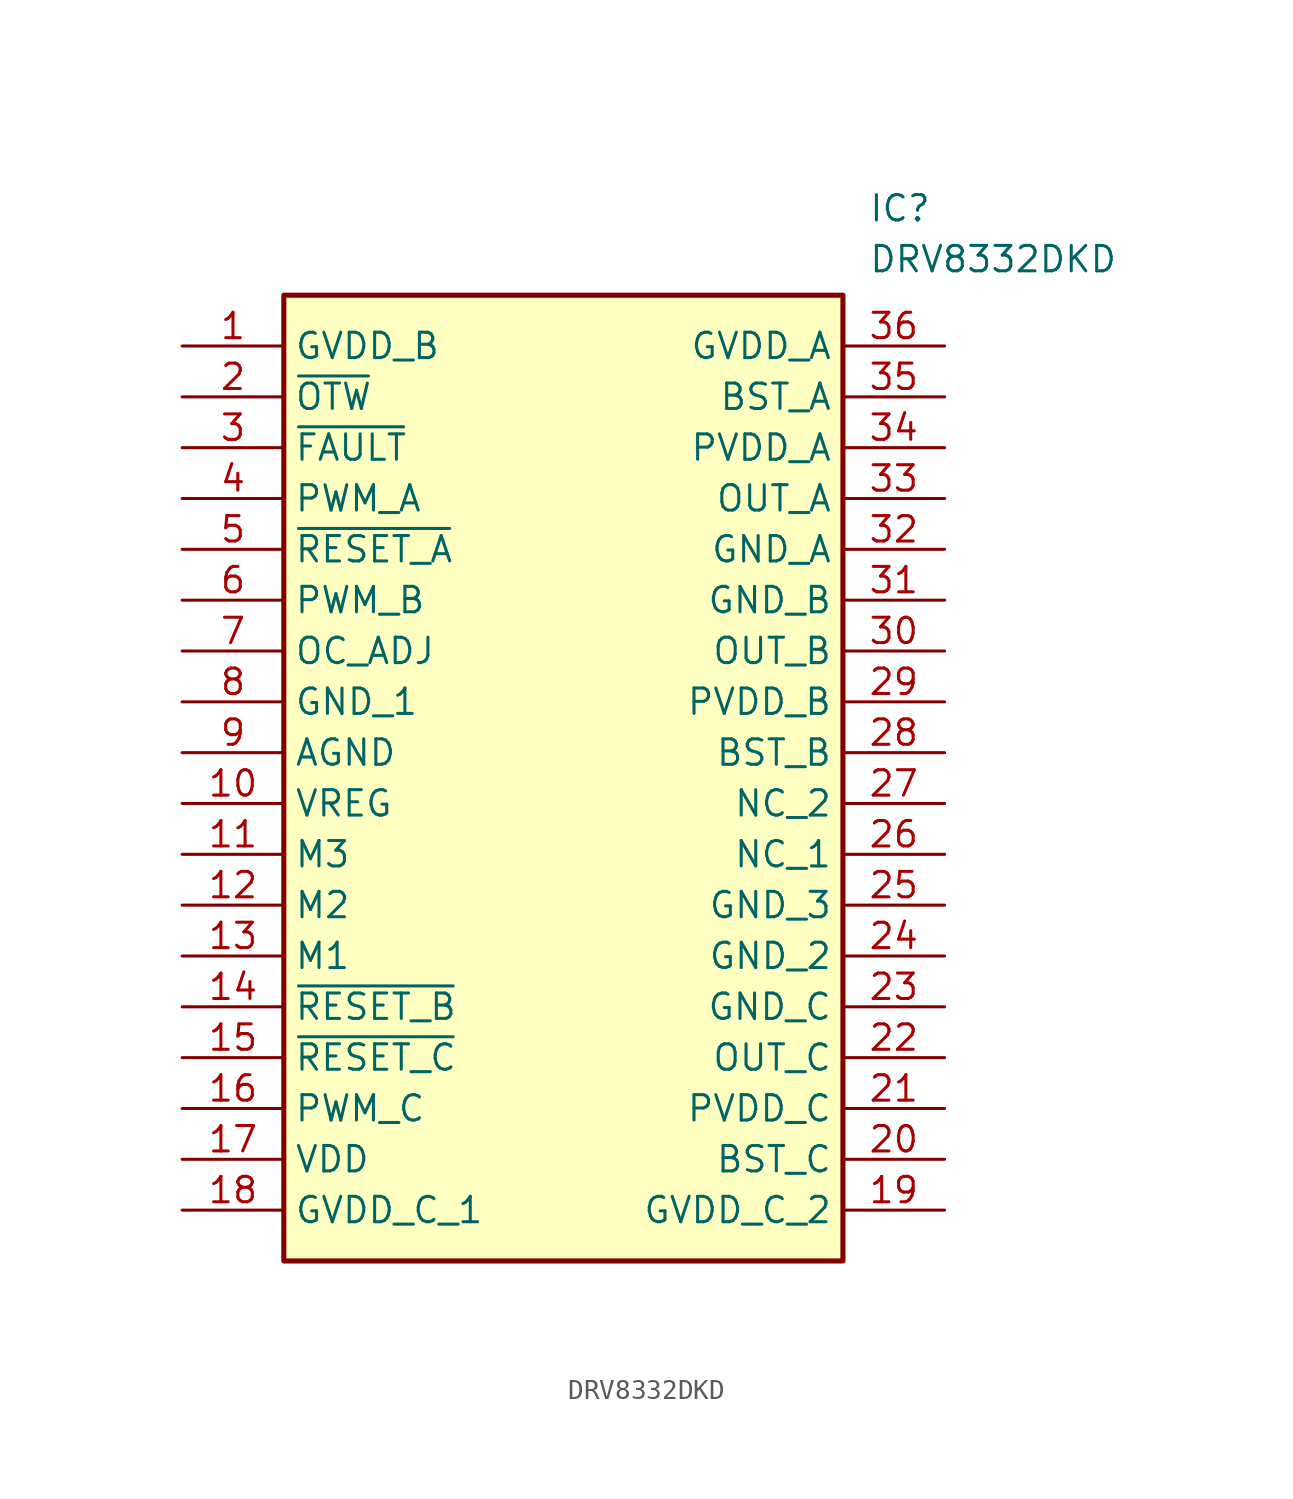
<source format=kicad_sym>
(kicad_symbol_lib
  (version 20211014)
  (generator SamacSys_ECAD_Model)
  (symbol "DRV8332DKD"
    (property "Reference" "IC"
      (at 34.29 7.62 0)
      (effects (font (size 1.27 1.27)) (justify left top)))
    (property "Value" "DRV8332DKD"
      (at 34.29 5.08 0)
      (effects (font (size 1.27 1.27)) (justify left top)))
    (rectangle
      (start 5.08 2.54)
      (end 33.02 -45.72)
      (stroke (width 0.254) (type default))
      (fill (type background)))
    (pin passive line
      (at 0 0 0)
      (length 5.08)
      (name "GVDD_B" (effects (font (size 1.27 1.27))))
      (number "1" (effects (font (size 1.27 1.27)))))
    (pin passive line
      (at 0 -2.54 0)
      (length 5.08)
      (name "~{OTW}" (effects (font (size 1.27 1.27))))
      (number "2" (effects (font (size 1.27 1.27)))))
    (pin passive line
      (at 0 -5.08 0)
      (length 5.08)
      (name "~{FAULT}" (effects (font (size 1.27 1.27))))
      (number "3" (effects (font (size 1.27 1.27)))))
    (pin passive line
      (at 0 -7.62 0)
      (length 5.08)
      (name "PWM_A" (effects (font (size 1.27 1.27))))
      (number "4" (effects (font (size 1.27 1.27)))))
    (pin passive line
      (at 0 -10.16 0)
      (length 5.08)
      (name "~{RESET_A}" (effects (font (size 1.27 1.27))))
      (number "5" (effects (font (size 1.27 1.27)))))
    (pin passive line
      (at 0 -12.7 0)
      (length 5.08)
      (name "PWM_B" (effects (font (size 1.27 1.27))))
      (number "6" (effects (font (size 1.27 1.27)))))
    (pin passive line
      (at 0 -15.24 0)
      (length 5.08)
      (name "OC_ADJ" (effects (font (size 1.27 1.27))))
      (number "7" (effects (font (size 1.27 1.27)))))
    (pin passive line
      (at 0 -17.78 0)
      (length 5.08)
      (name "GND_1" (effects (font (size 1.27 1.27))))
      (number "8" (effects (font (size 1.27 1.27)))))
    (pin passive line
      (at 0 -20.32 0)
      (length 5.08)
      (name "AGND" (effects (font (size 1.27 1.27))))
      (number "9" (effects (font (size 1.27 1.27)))))
    (pin passive line
      (at 0 -22.86 0)
      (length 5.08)
      (name "VREG" (effects (font (size 1.27 1.27))))
      (number "10" (effects (font (size 1.27 1.27)))))
    (pin passive line
      (at 0 -25.4 0)
      (length 5.08)
      (name "M3" (effects (font (size 1.27 1.27))))
      (number "11" (effects (font (size 1.27 1.27)))))
    (pin passive line
      (at 0 -27.94 0)
      (length 5.08)
      (name "M2" (effects (font (size 1.27 1.27))))
      (number "12" (effects (font (size 1.27 1.27)))))
    (pin passive line
      (at 0 -30.48 0)
      (length 5.08)
      (name "M1" (effects (font (size 1.27 1.27))))
      (number "13" (effects (font (size 1.27 1.27)))))
    (pin passive line
      (at 0 -33.02 0)
      (length 5.08)
      (name "~{RESET_B}" (effects (font (size 1.27 1.27))))
      (number "14" (effects (font (size 1.27 1.27)))))
    (pin passive line
      (at 0 -35.56 0)
      (length 5.08)
      (name "~{RESET_C}" (effects (font (size 1.27 1.27))))
      (number "15" (effects (font (size 1.27 1.27)))))
    (pin passive line
      (at 0 -38.1 0)
      (length 5.08)
      (name "PWM_C" (effects (font (size 1.27 1.27))))
      (number "16" (effects (font (size 1.27 1.27)))))
    (pin passive line
      (at 0 -40.64 0)
      (length 5.08)
      (name "VDD" (effects (font (size 1.27 1.27))))
      (number "17" (effects (font (size 1.27 1.27)))))
    (pin passive line
      (at 0 -43.18 0)
      (length 5.08)
      (name "GVDD_C_1" (effects (font (size 1.27 1.27))))
      (number "18" (effects (font (size 1.27 1.27)))))
    (pin passive line
      (at 38.1 0 180)
      (length 5.08)
      (name "GVDD_A" (effects (font (size 1.27 1.27))))
      (number "36" (effects (font (size 1.27 1.27)))))
    (pin passive line
      (at 38.1 -2.54 180)
      (length 5.08)
      (name "BST_A" (effects (font (size 1.27 1.27))))
      (number "35" (effects (font (size 1.27 1.27)))))
    (pin passive line
      (at 38.1 -5.08 180)
      (length 5.08)
      (name "PVDD_A" (effects (font (size 1.27 1.27))))
      (number "34" (effects (font (size 1.27 1.27)))))
    (pin passive line
      (at 38.1 -7.62 180)
      (length 5.08)
      (name "OUT_A" (effects (font (size 1.27 1.27))))
      (number "33" (effects (font (size 1.27 1.27)))))
    (pin passive line
      (at 38.1 -10.16 180)
      (length 5.08)
      (name "GND_A" (effects (font (size 1.27 1.27))))
      (number "32" (effects (font (size 1.27 1.27)))))
    (pin passive line
      (at 38.1 -12.7 180)
      (length 5.08)
      (name "GND_B" (effects (font (size 1.27 1.27))))
      (number "31" (effects (font (size 1.27 1.27)))))
    (pin passive line
      (at 38.1 -15.24 180)
      (length 5.08)
      (name "OUT_B" (effects (font (size 1.27 1.27))))
      (number "30" (effects (font (size 1.27 1.27)))))
    (pin passive line
      (at 38.1 -17.78 180)
      (length 5.08)
      (name "PVDD_B" (effects (font (size 1.27 1.27))))
      (number "29" (effects (font (size 1.27 1.27)))))
    (pin passive line
      (at 38.1 -20.32 180)
      (length 5.08)
      (name "BST_B" (effects (font (size 1.27 1.27))))
      (number "28" (effects (font (size 1.27 1.27)))))
    (pin passive line
      (at 38.1 -22.86 180)
      (length 5.08)
      (name "NC_2" (effects (font (size 1.27 1.27))))
      (number "27" (effects (font (size 1.27 1.27)))))
    (pin passive line
      (at 38.1 -25.4 180)
      (length 5.08)
      (name "NC_1" (effects (font (size 1.27 1.27))))
      (number "26" (effects (font (size 1.27 1.27)))))
    (pin passive line
      (at 38.1 -27.94 180)
      (length 5.08)
      (name "GND_3" (effects (font (size 1.27 1.27))))
      (number "25" (effects (font (size 1.27 1.27)))))
    (pin passive line
      (at 38.1 -30.48 180)
      (length 5.08)
      (name "GND_2" (effects (font (size 1.27 1.27))))
      (number "24" (effects (font (size 1.27 1.27)))))
    (pin passive line
      (at 38.1 -33.02 180)
      (length 5.08)
      (name "GND_C" (effects (font (size 1.27 1.27))))
      (number "23" (effects (font (size 1.27 1.27)))))
    (pin passive line
      (at 38.1 -35.56 180)
      (length 5.08)
      (name "OUT_C" (effects (font (size 1.27 1.27))))
      (number "22" (effects (font (size 1.27 1.27)))))
    (pin passive line
      (at 38.1 -38.1 180)
      (length 5.08)
      (name "PVDD_C" (effects (font (size 1.27 1.27))))
      (number "21" (effects (font (size 1.27 1.27)))))
    (pin passive line
      (at 38.1 -40.64 180)
      (length 5.08)
      (name "BST_C" (effects (font (size 1.27 1.27))))
      (number "20" (effects (font (size 1.27 1.27)))))
    (pin passive line
      (at 38.1 -43.18 180)
      (length 5.08)
      (name "GVDD_C_2" (effects (font (size 1.27 1.27))))
      (number "19" (effects (font (size 1.27 1.27)))))))
</source>
